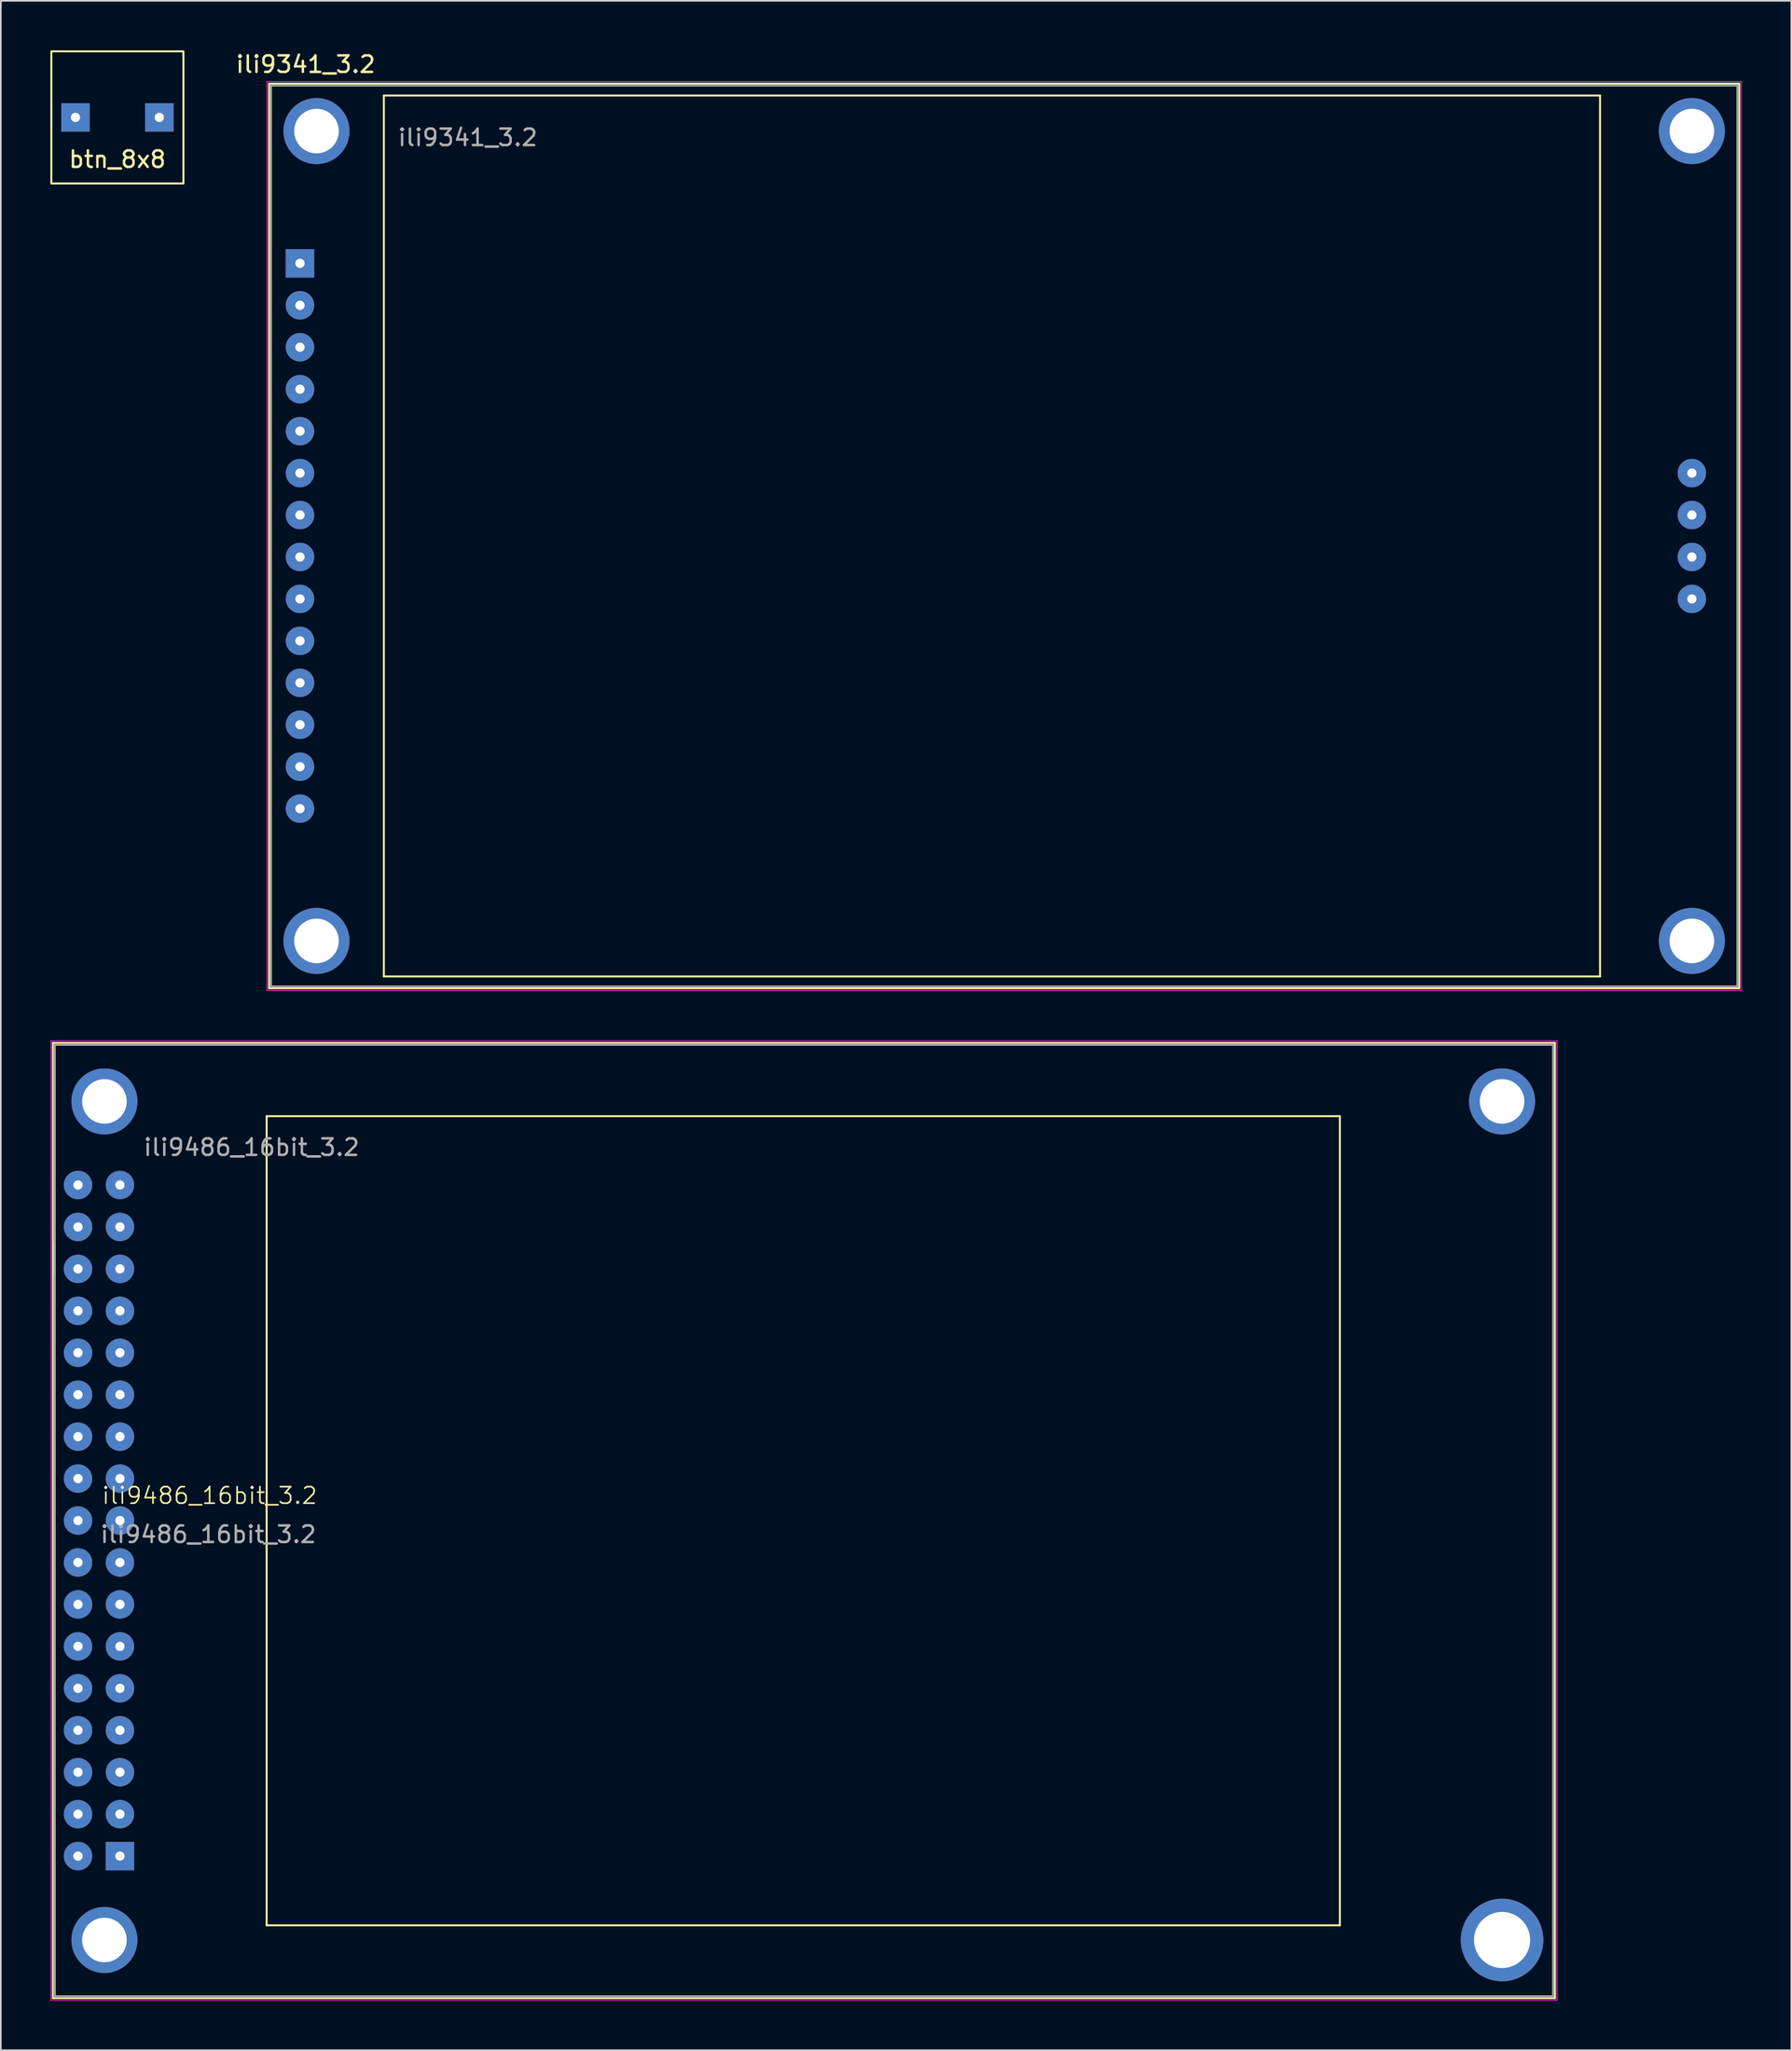
<source format=kicad_pcb>
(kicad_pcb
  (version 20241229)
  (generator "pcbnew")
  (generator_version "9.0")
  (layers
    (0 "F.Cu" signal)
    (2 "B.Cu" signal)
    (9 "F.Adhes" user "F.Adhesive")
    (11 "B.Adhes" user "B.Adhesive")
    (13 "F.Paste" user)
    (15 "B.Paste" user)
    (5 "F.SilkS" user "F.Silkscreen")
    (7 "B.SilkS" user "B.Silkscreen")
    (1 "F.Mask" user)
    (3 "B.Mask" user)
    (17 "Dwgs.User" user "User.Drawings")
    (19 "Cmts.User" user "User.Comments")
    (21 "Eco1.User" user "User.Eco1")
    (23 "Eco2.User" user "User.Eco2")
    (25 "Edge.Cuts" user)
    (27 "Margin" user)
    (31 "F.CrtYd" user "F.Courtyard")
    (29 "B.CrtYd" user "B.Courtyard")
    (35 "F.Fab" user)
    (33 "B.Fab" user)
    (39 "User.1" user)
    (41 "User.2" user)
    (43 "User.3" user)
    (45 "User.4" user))
  (footprint "ili9341_3.2"
    (layer "F.Cu")
    (at 15.119 12.898)
    (property "Reference" "ili9341_3.2" (at 0.34 -12.05 0) (layer "F.SilkS") (effects (font (size 1 1) (thickness 0.15))))
    (attr through_hole)
    (fp_line (start -1.87 -10.88) (end 87.17 -10.88) (stroke (width 0.12) (type solid)) (layer "F.SilkS"))
    (fp_line (start -1.87 43.9) (end -1.87 -10.88) (stroke (width 0.12) (type solid)) (layer "F.SilkS"))
    (fp_line (start 5.08 -10.16) (end 78.74 -10.16) (stroke (width 0.12) (type solid)) (layer "F.SilkS"))
    (fp_line (start 5.08 43.18) (end 5.08 -10.16) (stroke (width 0.12) (type solid)) (layer "F.SilkS"))
    (fp_line (start 78.74 -10.16) (end 78.74 43.18) (stroke (width 0.12) (type solid)) (layer "F.SilkS"))
    (fp_line (start 78.74 43.18) (end 5.08 43.18) (stroke (width 0.12) (type solid)) (layer "F.SilkS"))
    (fp_line (start 87.17 -10.88) (end 87.17 43.9) (stroke (width 0.12) (type solid)) (layer "F.SilkS"))
    (fp_line (start 87.17 43.9) (end -1.87 43.9) (stroke (width 0.12) (type solid)) (layer "F.SilkS"))
    (fp_line (start -2 -11.01) (end 87.3 -11.01) (stroke (width 0.05) (type solid)) (layer "F.CrtYd"))
    (fp_line (start -2 44.03) (end -2 -11.01) (stroke (width 0.05) (type solid)) (layer "F.CrtYd"))
    (fp_line (start 87.3 -11.01) (end 87.3 44.03) (stroke (width 0.05) (type solid)) (layer "F.CrtYd"))
    (fp_line (start 87.3 44.03) (end -2 44.03) (stroke (width 0.05) (type solid)) (layer "F.CrtYd"))
    (fp_line (start -1.75 -10.76) (end 87.05 -10.76) (stroke (width 0.1) (type solid)) (layer "F.Fab"))
    (fp_line (start -1.75 -1.87) (end -1.75 -10.76) (stroke (width 0.1) (type solid)) (layer "F.Fab"))
    (fp_line (start -1.75 0.13) (end -1.75 -1.87) (stroke (width 0.1) (type solid)) (layer "F.Fab"))
    (fp_line (start -1.75 43.78) (end -1.75 0.13) (stroke (width 0.1) (type solid)) (layer "F.Fab"))
    (fp_line (start 87.05 -10.76) (end 87.05 43.78) (stroke (width 0.1) (type solid)) (layer "F.Fab"))
    (fp_line (start 87.05 43.78) (end -1.75 43.78) (stroke (width 0.1) (type solid)) (layer "F.Fab"))
    (fp_text user "${REFERENCE}" (at 10.16 -7.62 0) (layer "F.Fab") (effects (font (size 1 1) (thickness 0.15))))
    (pad "" thru_hole circle (at 1 -8.01) (size 4 4) (drill 2.7) (layers "*.Cu" "*.Mask"))
    (pad "" thru_hole circle (at 1 41.03) (size 4 4) (drill 2.7) (layers "*.Cu" "*.Mask"))
    (pad "" thru_hole circle (at 84.3 -8.01) (size 4 4) (drill 2.7) (layers "*.Cu" "*.Mask"))
    (pad "" thru_hole circle (at 84.3 41.03) (size 4 4) (drill 2.7) (layers "*.Cu" "*.Mask"))
    (pad "1" thru_hole rect (at 0 0) (size 1.722 1.722) (drill 0.562) (layers "*.Cu" "*.Mask"))
    (pad "2" thru_hole circle (at 0 2.54) (size 1.722 1.722) (drill 0.562) (layers "*.Cu" "*.Mask"))
    (pad "3" thru_hole circle (at 0 5.08) (size 1.722 1.722) (drill 0.562) (layers "*.Cu" "*.Mask"))
    (pad "4" thru_hole circle (at 0 7.62) (size 1.722 1.722) (drill 0.562) (layers "*.Cu" "*.Mask"))
    (pad "5" thru_hole circle (at 0 10.16) (size 1.722 1.722) (drill 0.562) (layers "*.Cu" "*.Mask"))
    (pad "6" thru_hole circle (at 0 12.7) (size 1.722 1.722) (drill 0.562) (layers "*.Cu" "*.Mask"))
    (pad "7" thru_hole circle (at 0 15.24) (size 1.722 1.722) (drill 0.562) (layers "*.Cu" "*.Mask"))
    (pad "8" thru_hole circle (at 0 17.78) (size 1.722 1.722) (drill 0.562) (layers "*.Cu" "*.Mask"))
    (pad "9" thru_hole circle (at 0 20.32) (size 1.722 1.722) (drill 0.562) (layers "*.Cu" "*.Mask"))
    (pad "10" thru_hole circle (at 0 22.86) (size 1.722 1.722) (drill 0.562) (layers "*.Cu" "*.Mask"))
    (pad "11" thru_hole circle (at 0 25.4) (size 1.722 1.722) (drill 0.562) (layers "*.Cu" "*.Mask"))
    (pad "12" thru_hole circle (at 0 27.94) (size 1.722 1.722) (drill 0.562) (layers "*.Cu" "*.Mask"))
    (pad "13" thru_hole circle (at 0 30.48) (size 1.722 1.722) (drill 0.562) (layers "*.Cu" "*.Mask"))
    (pad "14" thru_hole circle (at 0 33.02) (size 1.722 1.722) (drill 0.562) (layers "*.Cu" "*.Mask"))
    (pad "15" thru_hole circle (at 84.3 12.7) (size 1.722 1.722) (drill 0.562) (layers "*.Cu" "*.Mask"))
    (pad "16" thru_hole circle (at 84.3 15.24) (size 1.722 1.722) (drill 0.562) (layers "*.Cu" "*.Mask"))
    (pad "17" thru_hole circle (at 84.3 17.78) (size 1.722 1.722) (drill 0.562) (layers "*.Cu" "*.Mask"))
    (pad "18" thru_hole circle (at 84.3 20.32) (size 1.722 1.722) (drill 0.562) (layers "*.Cu" "*.Mask")))
  (footprint "ili9486_16bit_3.2"
    (layer "F.Cu")
    (at 0.275 60.228)
    (property "Reference" "ili9486_16bit_3.2" (at 9.37 27.29 0) (unlocked yes) (layer "F.SilkS") (effects (font (size 1 1) (thickness 0.1))))
    (attr through_hole)
    (fp_line (start -0.12 -0.12) (end 90.85 -0.12) (stroke (width 0.12) (type solid)) (layer "F.SilkS"))
    (fp_line (start -0.12 57.72) (end -0.12 -0.12) (stroke (width 0.12) (type solid)) (layer "F.SilkS"))
    (fp_line (start 12.825 4.31) (end 77.825 4.31) (stroke (width 0.12) (type solid)) (layer "F.SilkS"))
    (fp_line (start 12.825 53.31) (end 12.825 4.31) (stroke (width 0.12) (type solid)) (layer "F.SilkS"))
    (fp_line (start 77.825 4.31) (end 77.825 53.31) (stroke (width 0.12) (type solid)) (layer "F.SilkS"))
    (fp_line (start 77.825 53.31) (end 12.825 53.31) (stroke (width 0.12) (type solid)) (layer "F.SilkS"))
    (fp_line (start 90.85 -0.12) (end 90.85 57.72) (stroke (width 0.12) (type solid)) (layer "F.SilkS"))
    (fp_line (start 90.85 57.72) (end -0.12 57.72) (stroke (width 0.12) (type solid)) (layer "F.SilkS"))
    (fp_line (start -0.25 -0.25) (end 90.98 -0.25) (stroke (width 0.05) (type solid)) (layer "F.CrtYd"))
    (fp_line (start -0.25 57.85) (end -0.25 -0.25) (stroke (width 0.05) (type solid)) (layer "F.CrtYd"))
    (fp_line (start 90.98 -0.25) (end 90.98 57.85) (stroke (width 0.05) (type solid)) (layer "F.CrtYd"))
    (fp_line (start 90.98 57.85) (end -0.25 57.85) (stroke (width 0.05) (type solid)) (layer "F.CrtYd"))
    (fp_line (start 0 0) (end 90.73 0) (stroke (width 0.1) (type solid)) (layer "F.Fab"))
    (fp_line (start 0 13.95) (end 0 11.95) (stroke (width 0.1) (type solid)) (layer "F.Fab"))
    (fp_line (start 0 57.6) (end 0 0) (stroke (width 0.1) (type solid)) (layer "F.Fab"))
    (fp_line (start 90.73 0) (end 90.73 57.6) (stroke (width 0.1) (type solid)) (layer "F.Fab"))
    (fp_line (start 90.73 57.6) (end 0 57.6) (stroke (width 0.1) (type solid)) (layer "F.Fab"))
    (fp_text user "${REFERENCE}" (at 9.29 29.64 0) (unlocked yes) (layer "F.Fab") (effects (font (size 1 1) (thickness 0.15))))
    (fp_text user "${REFERENCE}" (at 11.91 6.2 0) (layer "F.Fab") (effects (font (size 1 1) (thickness 0.15))))
    (pad "" thru_hole circle (at 3 3.42) (size 4 4) (drill 2.7) (layers "*.Cu" "*.Mask"))
    (pad "" thru_hole circle (at 3 54.2) (size 4 4) (drill 2.7) (layers "*.Cu" "*.Mask"))
    (pad "" thru_hole circle (at 87.65 3.42) (size 4 4) (drill 2.7) (layers "*.Cu" "*.Mask"))
    (pad "" thru_hole circle (at 87.65 54.2) (size 5 5) (drill 3.4) (layers "*.Cu" "*.Mask"))
    (pad "1" thru_hole rect (at 3.94 49.12) (size 1.722 1.722) (drill 0.562) (layers "*.Cu" "*.Mask"))
    (pad "2" thru_hole circle (at 1.4 49.12) (size 1.722 1.722) (drill 0.562) (layers "*.Cu" "*.Mask"))
    (pad "3" thru_hole circle (at 3.94 46.58) (size 1.722 1.722) (drill 0.562) (layers "*.Cu" "*.Mask"))
    (pad "4" thru_hole circle (at 1.4 46.58) (size 1.722 1.722) (drill 0.562) (layers "*.Cu" "*.Mask"))
    (pad "5" thru_hole circle (at 3.94 44.04) (size 1.722 1.722) (drill 0.562) (layers "*.Cu" "*.Mask"))
    (pad "6" thru_hole circle (at 1.4 44.04) (size 1.722 1.722) (drill 0.562) (layers "*.Cu" "*.Mask"))
    (pad "7" thru_hole circle (at 3.94 41.5) (size 1.722 1.722) (drill 0.562) (layers "*.Cu" "*.Mask"))
    (pad "8" thru_hole circle (at 1.4 41.5) (size 1.722 1.722) (drill 0.562) (layers "*.Cu" "*.Mask"))
    (pad "9" thru_hole circle (at 3.94 38.96) (size 1.722 1.722) (drill 0.562) (layers "*.Cu" "*.Mask"))
    (pad "10" thru_hole circle (at 1.4 38.96) (size 1.722 1.722) (drill 0.562) (layers "*.Cu" "*.Mask"))
    (pad "11" thru_hole circle (at 3.94 36.42) (size 1.722 1.722) (drill 0.562) (layers "*.Cu" "*.Mask"))
    (pad "12" thru_hole circle (at 1.4 36.42) (size 1.722 1.722) (drill 0.562) (layers "*.Cu" "*.Mask"))
    (pad "13" thru_hole circle (at 3.94 33.88) (size 1.722 1.722) (drill 0.562) (layers "*.Cu" "*.Mask"))
    (pad "14" thru_hole circle (at 1.4 33.88) (size 1.722 1.722) (drill 0.562) (layers "*.Cu" "*.Mask"))
    (pad "15" thru_hole circle (at 3.94 31.34) (size 1.722 1.722) (drill 0.562) (layers "*.Cu" "*.Mask"))
    (pad "16" thru_hole circle (at 1.4 31.34) (size 1.722 1.722) (drill 0.562) (layers "*.Cu" "*.Mask"))
    (pad "17" thru_hole circle (at 3.94 28.8) (size 1.722 1.722) (drill 0.562) (layers "*.Cu" "*.Mask"))
    (pad "18" thru_hole circle (at 1.4 28.8) (size 1.722 1.722) (drill 0.562) (layers "*.Cu" "*.Mask"))
    (pad "19" thru_hole circle (at 3.94 26.26) (size 1.722 1.722) (drill 0.562) (layers "*.Cu" "*.Mask"))
    (pad "20" thru_hole circle (at 1.4 26.26) (size 1.722 1.722) (drill 0.562) (layers "*.Cu" "*.Mask"))
    (pad "21" thru_hole circle (at 3.94 23.72) (size 1.722 1.722) (drill 0.562) (layers "*.Cu" "*.Mask"))
    (pad "22" thru_hole circle (at 1.4 23.72) (size 1.722 1.722) (drill 0.562) (layers "*.Cu" "*.Mask"))
    (pad "23" thru_hole circle (at 3.94 21.18) (size 1.722 1.722) (drill 0.562) (layers "*.Cu" "*.Mask"))
    (pad "24" thru_hole circle (at 1.4 21.18) (size 1.722 1.722) (drill 0.562) (layers "*.Cu" "*.Mask"))
    (pad "25" thru_hole circle (at 3.94 18.64) (size 1.722 1.722) (drill 0.562) (layers "*.Cu" "*.Mask"))
    (pad "26" thru_hole circle (at 1.4 18.64) (size 1.722 1.722) (drill 0.562) (layers "*.Cu" "*.Mask"))
    (pad "27" thru_hole circle (at 3.94 16.1) (size 1.722 1.722) (drill 0.562) (layers "*.Cu" "*.Mask"))
    (pad "28" thru_hole circle (at 1.4 16.1) (size 1.722 1.722) (drill 0.562) (layers "*.Cu" "*.Mask"))
    (pad "29" thru_hole circle (at 3.94 13.56) (size 1.722 1.722) (drill 0.562) (layers "*.Cu" "*.Mask"))
    (pad "30" thru_hole circle (at 1.4 13.56) (size 1.722 1.722) (drill 0.562) (layers "*.Cu" "*.Mask"))
    (pad "31" thru_hole circle (at 3.94 11.02) (size 1.722 1.722) (drill 0.562) (layers "*.Cu" "*.Mask"))
    (pad "32" thru_hole circle (at 1.4 11.02) (size 1.722 1.722) (drill 0.562) (layers "*.Cu" "*.Mask"))
    (pad "33" thru_hole circle (at 3.94 8.48) (size 1.722 1.722) (drill 0.562) (layers "*.Cu" "*.Mask"))
    (pad "34" thru_hole circle (at 1.4 8.48) (size 1.722 1.722) (drill 0.562) (layers "*.Cu" "*.Mask")))
  (footprint "btn_8x8"
    (layer "F.Cu")
    (at 6.6 4.06)
    (property "Reference" "btn_8x8" (at -2.54 2.54 0) (unlocked yes) (layer "F.SilkS") (effects (font (size 1 1) (thickness 0.15))))
    (attr through_hole)
    (fp_rect (start -6.54 -4) (end 1.46 4) (stroke (width 0.12) (type solid)) (fill no) (layer "F.SilkS"))
    (pad "1" thru_hole rect (at -5.08 0) (size 1.724 1.724) (drill 0.562) (layers "*.Cu" "*.Mask"))
    (pad "2" thru_hole rect (at 0 0) (size 1.724 1.724) (drill 0.562) (layers "*.Cu" "*.Mask")))
  (gr_rect
    (start -3 -3)
    (end 105.444 121.103)
    (stroke (width 0.1) (type default))
    (fill no)
    (layer "Edge.Cuts")))
</source>
